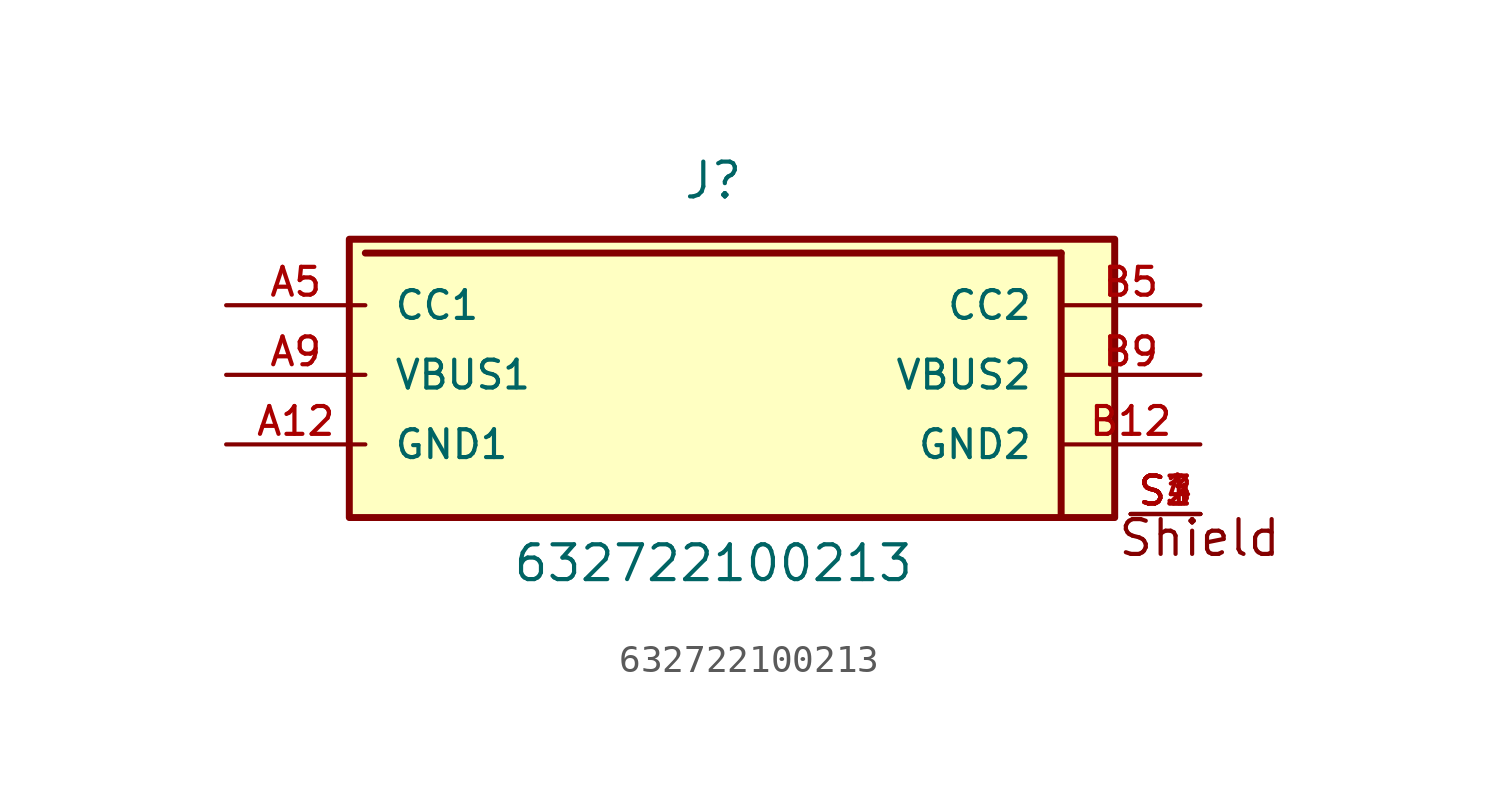
<source format=kicad_sym>
(kicad_symbol_lib
  (version 20211014)
  (generator kicad_symbol_editor)
  (symbol "632722100213"
    (pin_names
      (offset 1.016))
    (property "Reference" "J"
      (at 0.0 6.35 0)
      (effects (font (size 1.27 1.27)) (justify bottom)))
    (property "Value" "632722100213"
      (at 0.0 -7.62 0)
      (effects (font (size 1.27 1.27)) (justify bottom)))
    (symbol "632722100213_0_0"
      (polyline (pts (xy -12.7 4.445) (xy 12.7 4.445)) (stroke (width 0.254)))
      (polyline (pts (xy 12.7 4.445) (xy 12.7 -5.08)) (stroke (width 0.254)))
      (text "Shield" (at 14.72 -6.7 0) (effects (font (size 1.27 1.27)) (justify bottom left)))
      (rectangle (start -13.285 -5.21) (end 14.655 4.95) (stroke (width 0.254)) (fill (type background)))
      (pin passive line (at -17.78 2.54 0) (length 5.08) (name "CC1" (effects (font (size 1.016 1.016)))) (number "A5" (effects (font (size 1.016 1.016)))))
      (pin passive line (at -17.78 0.0 0) (length 5.08) (name "VBUS1" (effects (font (size 1.016 1.016)))) (number "A9" (effects (font (size 1.016 1.016)))))
      (pin passive line (at -17.78 -2.54 0) (length 5.08) (name "GND1" (effects (font (size 1.016 1.016)))) (number "A12" (effects (font (size 1.016 1.016)))))
      (pin passive line (at 17.78 0.0 180.0) (length 5.08) (name "VBUS2" (effects (font (size 1.016 1.016)))) (number "B9" (effects (font (size 1.016 1.016)))))
      (pin passive line (at 17.78 -2.54 180.0) (length 5.08) (name "GND2" (effects (font (size 1.016 1.016)))) (number "B12" (effects (font (size 1.016 1.016)))))
      (pin passive line (at 17.78 2.54 180.0) (length 5.08) (name "CC2" (effects (font (size 1.016 1.016)))) (number "B5" (effects (font (size 1.016 1.016)))))
      (pin passive line (at 17.78 -5.08 180.0) (length 2.54) (name "~" (effects (font (size 1.016 1.016)))) (number "S1" (effects (font (size 1.016 1.016)))))
      (pin passive line (at 17.78 -5.08 180.0) (length 2.54) (name "~" (effects (font (size 1.016 1.016)))) (number "S2" (effects (font (size 1.016 1.016)))))
      (pin passive line (at 17.78 -5.08 180.0) (length 2.54) (name "~" (effects (font (size 1.016 1.016)))) (number "S3" (effects (font (size 1.016 1.016)))))
      (pin passive line (at 17.78 -5.08 180.0) (length 2.54) (name "~" (effects (font (size 1.016 1.016)))) (number "S4" (effects (font (size 1.016 1.016))))))))
</source>
